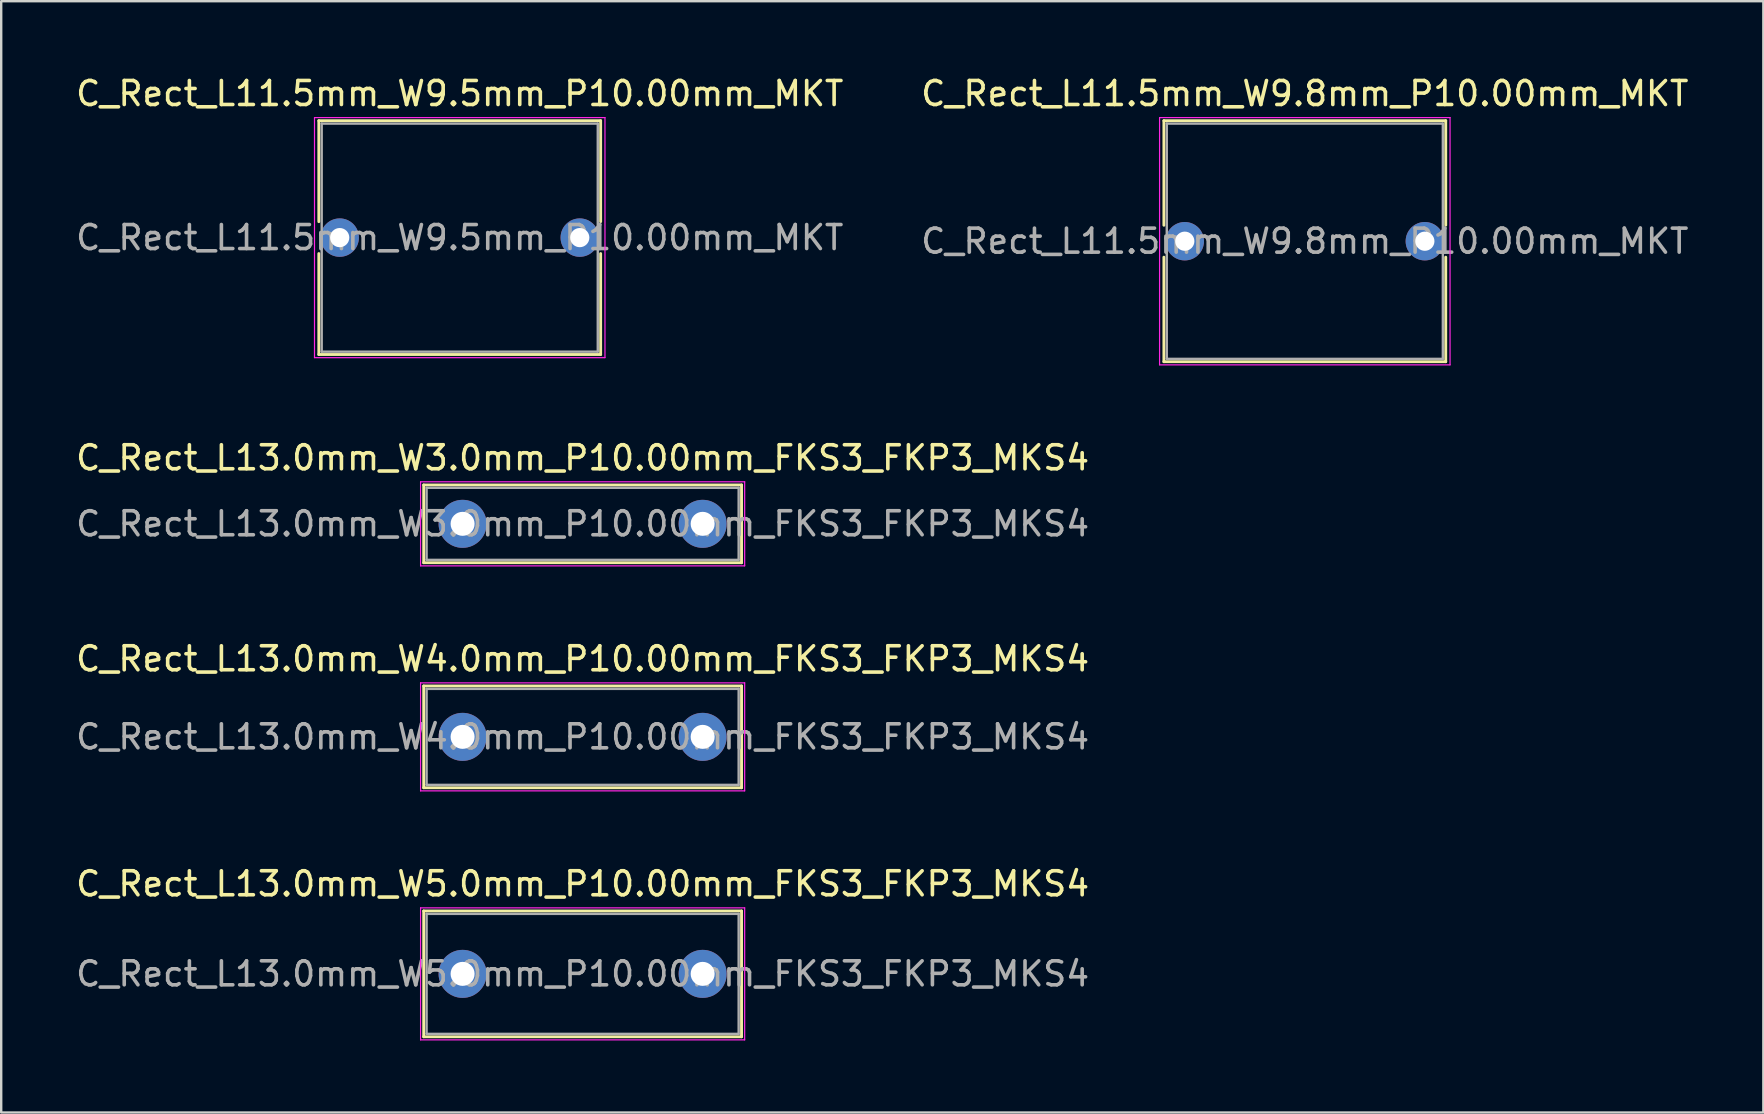
<source format=kicad_pcb>
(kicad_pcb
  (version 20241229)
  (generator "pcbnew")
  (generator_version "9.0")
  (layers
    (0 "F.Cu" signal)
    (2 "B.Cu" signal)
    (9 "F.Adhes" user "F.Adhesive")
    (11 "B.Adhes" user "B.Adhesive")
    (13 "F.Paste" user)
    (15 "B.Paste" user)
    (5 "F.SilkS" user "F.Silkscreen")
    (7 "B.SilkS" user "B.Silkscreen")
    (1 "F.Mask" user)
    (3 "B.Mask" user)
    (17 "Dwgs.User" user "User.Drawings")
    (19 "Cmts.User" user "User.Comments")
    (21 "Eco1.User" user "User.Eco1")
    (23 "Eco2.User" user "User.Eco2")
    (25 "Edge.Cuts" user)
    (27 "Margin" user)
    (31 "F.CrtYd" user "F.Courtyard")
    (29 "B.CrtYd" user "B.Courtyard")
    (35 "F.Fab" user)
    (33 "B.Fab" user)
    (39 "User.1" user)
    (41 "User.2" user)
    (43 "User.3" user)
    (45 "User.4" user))
  (footprint "C_Rect_L13.0mm_W5.0mm_P10.00mm_FKS3_FKP3_MKS4"
    (layer "F.Cu")
    (at 16.22 37.518)
    (property "Reference" "C_Rect_L13.0mm_W5.0mm_P10.00mm_FKS3_FKP3_MKS4" (at 5 -3.75 0) (layer "F.SilkS") (effects (font (size 1 1) (thickness 0.15))))
    (attr through_hole)
    (fp_line (start -1.62 -2.62) (end -1.62 2.62) (stroke (width 0.12) (type solid)) (layer "F.SilkS"))
    (fp_line (start -1.62 -2.62) (end 11.62 -2.62) (stroke (width 0.12) (type solid)) (layer "F.SilkS"))
    (fp_line (start -1.62 2.62) (end 11.62 2.62) (stroke (width 0.12) (type solid)) (layer "F.SilkS"))
    (fp_line (start 11.62 -2.62) (end 11.62 2.62) (stroke (width 0.12) (type solid)) (layer "F.SilkS"))
    (fp_line (start -1.75 -2.75) (end -1.75 2.75) (stroke (width 0.05) (type solid)) (layer "F.CrtYd"))
    (fp_line (start -1.75 2.75) (end 11.75 2.75) (stroke (width 0.05) (type solid)) (layer "F.CrtYd"))
    (fp_line (start 11.75 -2.75) (end -1.75 -2.75) (stroke (width 0.05) (type solid)) (layer "F.CrtYd"))
    (fp_line (start 11.75 2.75) (end 11.75 -2.75) (stroke (width 0.05) (type solid)) (layer "F.CrtYd"))
    (fp_line (start -1.5 -2.5) (end -1.5 2.5) (stroke (width 0.1) (type solid)) (layer "F.Fab"))
    (fp_line (start -1.5 2.5) (end 11.5 2.5) (stroke (width 0.1) (type solid)) (layer "F.Fab"))
    (fp_line (start 11.5 -2.5) (end -1.5 -2.5) (stroke (width 0.1) (type solid)) (layer "F.Fab"))
    (fp_line (start 11.5 2.5) (end 11.5 -2.5) (stroke (width 0.1) (type solid)) (layer "F.Fab"))
    (fp_text user "${REFERENCE}" (at 5 0 0) (layer "F.Fab") (effects (font (size 1 1) (thickness 0.15))))
    (pad "1" thru_hole circle (at 0 0) (size 2 2) (drill 1) (layers "*.Cu" "*.Mask"))
    (pad "2" thru_hole circle (at 10 0) (size 2 2) (drill 1) (layers "*.Cu" "*.Mask")))
  (footprint "C_Rect_L11.5mm_W9.8mm_P10.00mm_MKT"
    (layer "F.Cu")
    (at 46.304 6.998)
    (property "Reference" "C_Rect_L11.5mm_W9.8mm_P10.00mm_MKT" (at 5 -6.15 0) (layer "F.SilkS") (effects (font (size 1 1) (thickness 0.15))))
    (attr through_hole)
    (fp_line (start -0.87 -5.02) (end -0.87 -0.665) (stroke (width 0.12) (type solid)) (layer "F.SilkS"))
    (fp_line (start -0.87 -5.02) (end 10.87 -5.02) (stroke (width 0.12) (type solid)) (layer "F.SilkS"))
    (fp_line (start -0.87 0.665) (end -0.87 5.02) (stroke (width 0.12) (type solid)) (layer "F.SilkS"))
    (fp_line (start -0.87 5.02) (end 10.87 5.02) (stroke (width 0.12) (type solid)) (layer "F.SilkS"))
    (fp_line (start 10.87 -5.02) (end 10.87 -0.665) (stroke (width 0.12) (type solid)) (layer "F.SilkS"))
    (fp_line (start 10.87 0.665) (end 10.87 5.02) (stroke (width 0.12) (type solid)) (layer "F.SilkS"))
    (fp_line (start -1.05 -5.15) (end -1.05 5.15) (stroke (width 0.05) (type solid)) (layer "F.CrtYd"))
    (fp_line (start -1.05 5.15) (end 11.05 5.15) (stroke (width 0.05) (type solid)) (layer "F.CrtYd"))
    (fp_line (start 11.05 -5.15) (end -1.05 -5.15) (stroke (width 0.05) (type solid)) (layer "F.CrtYd"))
    (fp_line (start 11.05 5.15) (end 11.05 -5.15) (stroke (width 0.05) (type solid)) (layer "F.CrtYd"))
    (fp_line (start -0.75 -4.9) (end -0.75 4.9) (stroke (width 0.1) (type solid)) (layer "F.Fab"))
    (fp_line (start -0.75 4.9) (end 10.75 4.9) (stroke (width 0.1) (type solid)) (layer "F.Fab"))
    (fp_line (start 10.75 -4.9) (end -0.75 -4.9) (stroke (width 0.1) (type solid)) (layer "F.Fab"))
    (fp_line (start 10.75 4.9) (end 10.75 -4.9) (stroke (width 0.1) (type solid)) (layer "F.Fab"))
    (fp_text user "${REFERENCE}" (at 5 0 0) (layer "F.Fab") (effects (font (size 1 1) (thickness 0.15))))
    (pad "1" thru_hole circle (at 0 0) (size 1.6 1.6) (drill 0.8) (layers "*.Cu" "*.Mask"))
    (pad "2" thru_hole circle (at 10 0) (size 1.6 1.6) (drill 0.8) (layers "*.Cu" "*.Mask")))
  (footprint "C_Rect_L13.0mm_W3.0mm_P10.00mm_FKS3_FKP3_MKS4"
    (layer "F.Cu")
    (at 16.22 18.771)
    (property "Reference" "C_Rect_L13.0mm_W3.0mm_P10.00mm_FKS3_FKP3_MKS4" (at 5 -2.75 0) (layer "F.SilkS") (effects (font (size 1 1) (thickness 0.15))))
    (attr through_hole)
    (fp_line (start -1.62 -1.62) (end -1.62 1.62) (stroke (width 0.12) (type solid)) (layer "F.SilkS"))
    (fp_line (start -1.62 -1.62) (end 11.62 -1.62) (stroke (width 0.12) (type solid)) (layer "F.SilkS"))
    (fp_line (start -1.62 1.62) (end 11.62 1.62) (stroke (width 0.12) (type solid)) (layer "F.SilkS"))
    (fp_line (start 11.62 -1.62) (end 11.62 1.62) (stroke (width 0.12) (type solid)) (layer "F.SilkS"))
    (fp_line (start -1.75 -1.75) (end -1.75 1.75) (stroke (width 0.05) (type solid)) (layer "F.CrtYd"))
    (fp_line (start -1.75 1.75) (end 11.75 1.75) (stroke (width 0.05) (type solid)) (layer "F.CrtYd"))
    (fp_line (start 11.75 -1.75) (end -1.75 -1.75) (stroke (width 0.05) (type solid)) (layer "F.CrtYd"))
    (fp_line (start 11.75 1.75) (end 11.75 -1.75) (stroke (width 0.05) (type solid)) (layer "F.CrtYd"))
    (fp_line (start -1.5 -1.5) (end -1.5 1.5) (stroke (width 0.1) (type solid)) (layer "F.Fab"))
    (fp_line (start -1.5 1.5) (end 11.5 1.5) (stroke (width 0.1) (type solid)) (layer "F.Fab"))
    (fp_line (start 11.5 -1.5) (end -1.5 -1.5) (stroke (width 0.1) (type solid)) (layer "F.Fab"))
    (fp_line (start 11.5 1.5) (end 11.5 -1.5) (stroke (width 0.1) (type solid)) (layer "F.Fab"))
    (fp_text user "${REFERENCE}" (at 5 0 0) (layer "F.Fab") (effects (font (size 1 1) (thickness 0.15))))
    (pad "1" thru_hole circle (at 0 0) (size 2 2) (drill 1) (layers "*.Cu" "*.Mask"))
    (pad "2" thru_hole circle (at 10 0) (size 2 2) (drill 1) (layers "*.Cu" "*.Mask")))
  (footprint "C_Rect_L13.0mm_W4.0mm_P10.00mm_FKS3_FKP3_MKS4"
    (layer "F.Cu")
    (at 16.22 27.645)
    (property "Reference" "C_Rect_L13.0mm_W4.0mm_P10.00mm_FKS3_FKP3_MKS4" (at 5 -3.25 0) (layer "F.SilkS") (effects (font (size 1 1) (thickness 0.15))))
    (attr through_hole)
    (fp_line (start -1.62 -2.12) (end -1.62 2.12) (stroke (width 0.12) (type solid)) (layer "F.SilkS"))
    (fp_line (start -1.62 -2.12) (end 11.62 -2.12) (stroke (width 0.12) (type solid)) (layer "F.SilkS"))
    (fp_line (start -1.62 2.12) (end 11.62 2.12) (stroke (width 0.12) (type solid)) (layer "F.SilkS"))
    (fp_line (start 11.62 -2.12) (end 11.62 2.12) (stroke (width 0.12) (type solid)) (layer "F.SilkS"))
    (fp_line (start -1.75 -2.25) (end -1.75 2.25) (stroke (width 0.05) (type solid)) (layer "F.CrtYd"))
    (fp_line (start -1.75 2.25) (end 11.75 2.25) (stroke (width 0.05) (type solid)) (layer "F.CrtYd"))
    (fp_line (start 11.75 -2.25) (end -1.75 -2.25) (stroke (width 0.05) (type solid)) (layer "F.CrtYd"))
    (fp_line (start 11.75 2.25) (end 11.75 -2.25) (stroke (width 0.05) (type solid)) (layer "F.CrtYd"))
    (fp_line (start -1.5 -2) (end -1.5 2) (stroke (width 0.1) (type solid)) (layer "F.Fab"))
    (fp_line (start -1.5 2) (end 11.5 2) (stroke (width 0.1) (type solid)) (layer "F.Fab"))
    (fp_line (start 11.5 -2) (end -1.5 -2) (stroke (width 0.1) (type solid)) (layer "F.Fab"))
    (fp_line (start 11.5 2) (end 11.5 -2) (stroke (width 0.1) (type solid)) (layer "F.Fab"))
    (fp_text user "${REFERENCE}" (at 5 0 0) (layer "F.Fab") (effects (font (size 1 1) (thickness 0.15))))
    (pad "1" thru_hole circle (at 0 0) (size 2 2) (drill 1) (layers "*.Cu" "*.Mask"))
    (pad "2" thru_hole circle (at 10 0) (size 2 2) (drill 1) (layers "*.Cu" "*.Mask")))
  (footprint "C_Rect_L11.5mm_W9.5mm_P10.00mm_MKT"
    (layer "F.Cu")
    (at 11.101 6.848)
    (property "Reference" "C_Rect_L11.5mm_W9.5mm_P10.00mm_MKT" (at 5 -6 0) (layer "F.SilkS") (effects (font (size 1 1) (thickness 0.15))))
    (attr through_hole)
    (fp_line (start -0.87 -4.87) (end -0.87 -0.665) (stroke (width 0.12) (type solid)) (layer "F.SilkS"))
    (fp_line (start -0.87 -4.87) (end 10.87 -4.87) (stroke (width 0.12) (type solid)) (layer "F.SilkS"))
    (fp_line (start -0.87 0.665) (end -0.87 4.87) (stroke (width 0.12) (type solid)) (layer "F.SilkS"))
    (fp_line (start -0.87 4.87) (end 10.87 4.87) (stroke (width 0.12) (type solid)) (layer "F.SilkS"))
    (fp_line (start 10.87 -4.87) (end 10.87 -0.665) (stroke (width 0.12) (type solid)) (layer "F.SilkS"))
    (fp_line (start 10.87 0.665) (end 10.87 4.87) (stroke (width 0.12) (type solid)) (layer "F.SilkS"))
    (fp_line (start -1.05 -5) (end -1.05 5) (stroke (width 0.05) (type solid)) (layer "F.CrtYd"))
    (fp_line (start -1.05 5) (end 11.05 5) (stroke (width 0.05) (type solid)) (layer "F.CrtYd"))
    (fp_line (start 11.05 -5) (end -1.05 -5) (stroke (width 0.05) (type solid)) (layer "F.CrtYd"))
    (fp_line (start 11.05 5) (end 11.05 -5) (stroke (width 0.05) (type solid)) (layer "F.CrtYd"))
    (fp_line (start -0.75 -4.75) (end -0.75 4.75) (stroke (width 0.1) (type solid)) (layer "F.Fab"))
    (fp_line (start -0.75 4.75) (end 10.75 4.75) (stroke (width 0.1) (type solid)) (layer "F.Fab"))
    (fp_line (start 10.75 -4.75) (end -0.75 -4.75) (stroke (width 0.1) (type solid)) (layer "F.Fab"))
    (fp_line (start 10.75 4.75) (end 10.75 -4.75) (stroke (width 0.1) (type solid)) (layer "F.Fab"))
    (fp_text user "${REFERENCE}" (at 5 0 0) (layer "F.Fab") (effects (font (size 1 1) (thickness 0.15))))
    (pad "1" thru_hole circle (at 0 0) (size 1.6 1.6) (drill 0.8) (layers "*.Cu" "*.Mask"))
    (pad "2" thru_hole circle (at 10 0) (size 1.6 1.6) (drill 0.8) (layers "*.Cu" "*.Mask")))
  (gr_rect
    (start -3 -3)
    (end 70.405 43.293)
    (stroke (width 0.1) (type default))
    (fill no)
    (layer "Edge.Cuts")))
</source>
